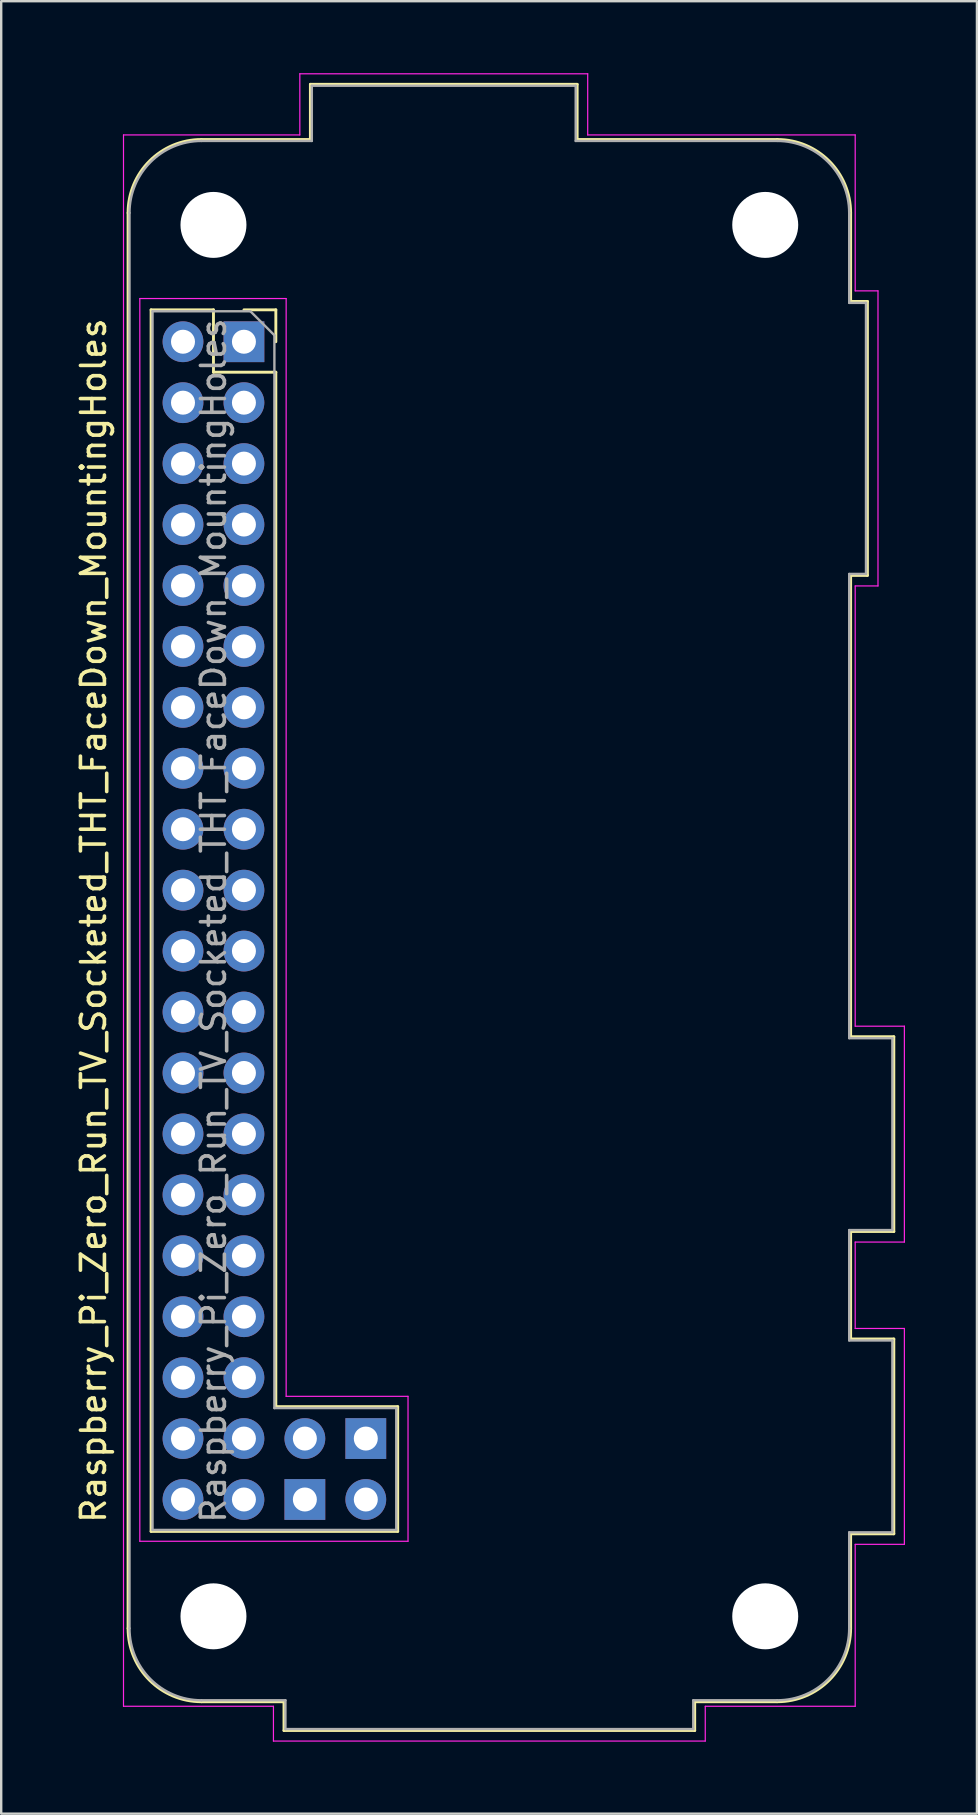
<source format=kicad_pcb>
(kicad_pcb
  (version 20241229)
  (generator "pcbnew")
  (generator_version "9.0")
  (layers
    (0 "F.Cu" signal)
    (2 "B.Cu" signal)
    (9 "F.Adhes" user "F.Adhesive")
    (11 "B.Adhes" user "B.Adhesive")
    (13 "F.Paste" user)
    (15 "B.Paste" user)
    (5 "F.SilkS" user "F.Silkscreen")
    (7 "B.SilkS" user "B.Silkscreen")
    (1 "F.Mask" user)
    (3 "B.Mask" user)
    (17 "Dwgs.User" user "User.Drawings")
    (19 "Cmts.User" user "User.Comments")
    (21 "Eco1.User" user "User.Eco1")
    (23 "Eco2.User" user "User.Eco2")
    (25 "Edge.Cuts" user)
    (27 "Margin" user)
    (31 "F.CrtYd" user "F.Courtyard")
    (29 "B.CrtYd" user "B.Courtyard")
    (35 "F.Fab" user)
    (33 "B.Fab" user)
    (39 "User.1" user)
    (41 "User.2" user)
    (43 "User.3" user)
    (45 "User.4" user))
  (footprint "Raspberry_Pi_Zero_Run_TV_Socketed_THT_FaceDown_MountingHoles"
    (layer "F.Cu")
    (at 7.118 11.195)
    (property "Reference" "Raspberry_Pi_Zero_Run_TV_Socketed_THT_FaceDown_MountingHoles" (at -6.27 24.13 90) (layer "F.SilkS") (effects (font (size 1 1) (thickness 0.15))))
    (attr through_hole)
    (fp_line (start -4.83 53.63) (end -4.83 -5.37) (stroke (width 0.12) (type solid)) (layer "F.SilkS"))
    (fp_line (start -3.87 -1.33) (end -3.87 49.59) (stroke (width 0.12) (type solid)) (layer "F.SilkS"))
    (fp_line (start -3.87 -1.33) (end -1.27 -1.33) (stroke (width 0.12) (type solid)) (layer "F.SilkS"))
    (fp_line (start -3.87 49.59) (end 6.41 49.59) (stroke (width 0.12) (type solid)) (layer "F.SilkS"))
    (fp_line (start -1.77 -8.43) (end 2.77 -8.43) (stroke (width 0.12) (type solid)) (layer "F.SilkS"))
    (fp_line (start -1.27 -1.33) (end -1.27 1.27) (stroke (width 0.12) (type solid)) (layer "F.SilkS"))
    (fp_line (start -1.27 1.27) (end 1.33 1.27) (stroke (width 0.12) (type solid)) (layer "F.SilkS"))
    (fp_line (start 0 -1.33) (end 1.33 -1.33) (stroke (width 0.12) (type solid)) (layer "F.SilkS"))
    (fp_line (start 1.33 -1.33) (end 1.33 0) (stroke (width 0.12) (type solid)) (layer "F.SilkS"))
    (fp_line (start 1.33 1.27) (end 1.33 44.39) (stroke (width 0.12) (type solid)) (layer "F.SilkS"))
    (fp_line (start 1.67 56.69) (end -1.77 56.69) (stroke (width 0.12) (type solid)) (layer "F.SilkS"))
    (fp_line (start 1.67 56.69) (end 1.67 57.89) (stroke (width 0.12) (type solid)) (layer "F.SilkS"))
    (fp_line (start 1.67 57.89) (end 18.79 57.89) (stroke (width 0.12) (type solid)) (layer "F.SilkS"))
    (fp_line (start 2.77 -8.43) (end 2.77 -10.73) (stroke (width 0.12) (type solid)) (layer "F.SilkS"))
    (fp_line (start 6.41 44.39) (end 1.33 44.39) (stroke (width 0.12) (type solid)) (layer "F.SilkS"))
    (fp_line (start 6.41 49.59) (end 6.41 44.39) (stroke (width 0.12) (type solid)) (layer "F.SilkS"))
    (fp_line (start 13.89 -10.73) (end 2.77 -10.73) (stroke (width 0.12) (type solid)) (layer "F.SilkS"))
    (fp_line (start 13.89 -8.43) (end 13.89 -10.73) (stroke (width 0.12) (type solid)) (layer "F.SilkS"))
    (fp_line (start 18.79 56.69) (end 22.23 56.69) (stroke (width 0.12) (type solid)) (layer "F.SilkS"))
    (fp_line (start 18.79 57.89) (end 18.79 56.69) (stroke (width 0.12) (type solid)) (layer "F.SilkS"))
    (fp_line (start 22.23 -8.43) (end 13.89 -8.43) (stroke (width 0.12) (type solid)) (layer "F.SilkS"))
    (fp_line (start 25.29 -1.68) (end 25.29 -5.37) (stroke (width 0.12) (type solid)) (layer "F.SilkS"))
    (fp_line (start 25.29 9.74) (end 25.99 9.74) (stroke (width 0.12) (type solid)) (layer "F.SilkS"))
    (fp_line (start 25.29 28.97) (end 25.29 9.74) (stroke (width 0.12) (type solid)) (layer "F.SilkS"))
    (fp_line (start 25.29 37.09) (end 27.09 37.09) (stroke (width 0.12) (type solid)) (layer "F.SilkS"))
    (fp_line (start 25.29 41.57) (end 25.29 37.09) (stroke (width 0.12) (type solid)) (layer "F.SilkS"))
    (fp_line (start 25.29 49.69) (end 27.09 49.69) (stroke (width 0.12) (type solid)) (layer "F.SilkS"))
    (fp_line (start 25.29 53.63) (end 25.29 49.69) (stroke (width 0.12) (type solid)) (layer "F.SilkS"))
    (fp_line (start 25.99 -1.68) (end 25.29 -1.68) (stroke (width 0.12) (type solid)) (layer "F.SilkS"))
    (fp_line (start 25.99 9.74) (end 25.99 -1.68) (stroke (width 0.12) (type solid)) (layer "F.SilkS"))
    (fp_line (start 27.09 28.97) (end 25.29 28.97) (stroke (width 0.12) (type solid)) (layer "F.SilkS"))
    (fp_line (start 27.09 37.09) (end 27.09 28.97) (stroke (width 0.12) (type solid)) (layer "F.SilkS"))
    (fp_line (start 27.09 41.57) (end 25.29 41.57) (stroke (width 0.12) (type solid)) (layer "F.SilkS"))
    (fp_line (start 27.09 49.69) (end 27.09 41.57) (stroke (width 0.12) (type solid)) (layer "F.SilkS"))
    (fp_arc (start -4.83 -5.37) (mid -3.933747 -7.533747) (end -1.77 -8.43) (stroke (width 0.12) (type solid)) (layer "F.SilkS"))
    (fp_arc (start -1.77 56.69) (mid -3.933747 55.793747) (end -4.83 53.63) (stroke (width 0.12) (type solid)) (layer "F.SilkS"))
    (fp_arc (start 22.23 -8.43) (mid 24.393747 -7.533747) (end 25.29 -5.37) (stroke (width 0.12) (type solid)) (layer "F.SilkS"))
    (fp_arc (start 25.29 53.63) (mid 24.393747 55.793747) (end 22.23 56.69) (stroke (width 0.12) (type solid)) (layer "F.SilkS"))
    (fp_line (start -5.02 -8.62) (end 2.33 -8.62) (stroke (width 0.05) (type solid)) (layer "F.CrtYd"))
    (fp_line (start -5.02 56.88) (end -5.02 -8.62) (stroke (width 0.05) (type solid)) (layer "F.CrtYd"))
    (fp_line (start -5.02 56.88) (end 1.23 56.88) (stroke (width 0.05) (type solid)) (layer "F.CrtYd"))
    (fp_line (start -4.34 -1.8) (end 1.76 -1.8) (stroke (width 0.05) (type solid)) (layer "F.CrtYd"))
    (fp_line (start -4.34 50) (end -4.34 -1.8) (stroke (width 0.05) (type solid)) (layer "F.CrtYd"))
    (fp_line (start 1.23 58.33) (end 1.23 56.88) (stroke (width 0.05) (type solid)) (layer "F.CrtYd"))
    (fp_line (start 1.76 -1.8) (end 1.76 43.96) (stroke (width 0.05) (type solid)) (layer "F.CrtYd"))
    (fp_line (start 1.76 43.96) (end 6.84 43.96) (stroke (width 0.05) (type solid)) (layer "F.CrtYd"))
    (fp_line (start 2.33 -8.62) (end 2.33 -11.17) (stroke (width 0.05) (type solid)) (layer "F.CrtYd"))
    (fp_line (start 6.84 43.96) (end 6.84 50) (stroke (width 0.05) (type solid)) (layer "F.CrtYd"))
    (fp_line (start 6.84 50) (end -4.34 50) (stroke (width 0.05) (type solid)) (layer "F.CrtYd"))
    (fp_line (start 14.33 -11.17) (end 2.33 -11.17) (stroke (width 0.05) (type solid)) (layer "F.CrtYd"))
    (fp_line (start 14.33 -8.62) (end 14.33 -11.17) (stroke (width 0.05) (type solid)) (layer "F.CrtYd"))
    (fp_line (start 19.23 56.88) (end 25.48 56.88) (stroke (width 0.05) (type solid)) (layer "F.CrtYd"))
    (fp_line (start 19.23 58.33) (end 1.23 58.33) (stroke (width 0.05) (type solid)) (layer "F.CrtYd"))
    (fp_line (start 19.23 58.33) (end 19.23 56.88) (stroke (width 0.05) (type solid)) (layer "F.CrtYd"))
    (fp_line (start 25.48 -8.62) (end 14.33 -8.62) (stroke (width 0.05) (type solid)) (layer "F.CrtYd"))
    (fp_line (start 25.48 -2.12) (end 25.48 -8.62) (stroke (width 0.05) (type solid)) (layer "F.CrtYd"))
    (fp_line (start 25.48 28.53) (end 25.48 10.18) (stroke (width 0.05) (type solid)) (layer "F.CrtYd"))
    (fp_line (start 25.48 37.53) (end 25.48 41.13) (stroke (width 0.05) (type solid)) (layer "F.CrtYd"))
    (fp_line (start 25.48 50.13) (end 25.48 56.88) (stroke (width 0.05) (type solid)) (layer "F.CrtYd"))
    (fp_line (start 26.43 -2.12) (end 25.48 -2.12) (stroke (width 0.05) (type solid)) (layer "F.CrtYd"))
    (fp_line (start 26.43 -2.12) (end 26.43 10.18) (stroke (width 0.05) (type solid)) (layer "F.CrtYd"))
    (fp_line (start 26.43 10.18) (end 25.48 10.18) (stroke (width 0.05) (type solid)) (layer "F.CrtYd"))
    (fp_line (start 27.53 28.53) (end 25.48 28.53) (stroke (width 0.05) (type solid)) (layer "F.CrtYd"))
    (fp_line (start 27.53 37.53) (end 25.48 37.53) (stroke (width 0.05) (type solid)) (layer "F.CrtYd"))
    (fp_line (start 27.53 37.53) (end 27.53 28.53) (stroke (width 0.05) (type solid)) (layer "F.CrtYd"))
    (fp_line (start 27.53 41.13) (end 25.48 41.13) (stroke (width 0.05) (type solid)) (layer "F.CrtYd"))
    (fp_line (start 27.53 50.13) (end 25.48 50.13) (stroke (width 0.05) (type solid)) (layer "F.CrtYd"))
    (fp_line (start 27.53 50.13) (end 27.53 41.13) (stroke (width 0.05) (type solid)) (layer "F.CrtYd"))
    (fp_line (start -4.77 53.63) (end -4.77 -5.37) (stroke (width 0.1) (type solid)) (layer "F.Fab"))
    (fp_line (start -3.81 -1.27) (end 0.27 -1.27) (stroke (width 0.1) (type solid)) (layer "F.Fab"))
    (fp_line (start -3.81 49.53) (end -3.81 -1.27) (stroke (width 0.1) (type solid)) (layer "F.Fab"))
    (fp_line (start -1.77 -8.37) (end 2.83 -8.37) (stroke (width 0.1) (type solid)) (layer "F.Fab"))
    (fp_line (start -1.77 56.63) (end 1.73 56.63) (stroke (width 0.1) (type solid)) (layer "F.Fab"))
    (fp_line (start 0.27 -1.27) (end 1.27 -0.27) (stroke (width 0.1) (type solid)) (layer "F.Fab"))
    (fp_line (start 1.27 -0.27) (end 1.27 44.45) (stroke (width 0.1) (type solid)) (layer "F.Fab"))
    (fp_line (start 1.27 44.45) (end 6.35 44.45) (stroke (width 0.1) (type solid)) (layer "F.Fab"))
    (fp_line (start 1.73 56.63) (end 1.73 57.83) (stroke (width 0.1) (type solid)) (layer "F.Fab"))
    (fp_line (start 1.73 57.83) (end 18.73 57.83) (stroke (width 0.1) (type solid)) (layer "F.Fab"))
    (fp_line (start 2.83 -8.37) (end 2.83 -10.67) (stroke (width 0.1) (type solid)) (layer "F.Fab"))
    (fp_line (start 6.35 44.45) (end 6.35 49.53) (stroke (width 0.1) (type solid)) (layer "F.Fab"))
    (fp_line (start 6.35 49.53) (end -3.81 49.53) (stroke (width 0.1) (type solid)) (layer "F.Fab"))
    (fp_line (start 13.83 -10.67) (end 2.83 -10.67) (stroke (width 0.1) (type solid)) (layer "F.Fab"))
    (fp_line (start 13.83 -10.67) (end 13.83 -8.37) (stroke (width 0.1) (type solid)) (layer "F.Fab"))
    (fp_line (start 13.83 -8.37) (end 22.23 -8.37) (stroke (width 0.1) (type solid)) (layer "F.Fab"))
    (fp_line (start 18.73 56.63) (end 18.73 57.83) (stroke (width 0.1) (type solid)) (layer "F.Fab"))
    (fp_line (start 22.23 56.63) (end 18.73 56.63) (stroke (width 0.1) (type solid)) (layer "F.Fab"))
    (fp_line (start 25.23 -1.62) (end 25.23 -5.37) (stroke (width 0.1) (type solid)) (layer "F.Fab"))
    (fp_line (start 25.23 -1.62) (end 25.93 -1.62) (stroke (width 0.1) (type solid)) (layer "F.Fab"))
    (fp_line (start 25.23 9.68) (end 25.93 9.68) (stroke (width 0.1) (type solid)) (layer "F.Fab"))
    (fp_line (start 25.23 29.03) (end 25.23 9.68) (stroke (width 0.1) (type solid)) (layer "F.Fab"))
    (fp_line (start 25.23 37.03) (end 27.03 37.03) (stroke (width 0.1) (type solid)) (layer "F.Fab"))
    (fp_line (start 25.23 41.63) (end 25.23 37.03) (stroke (width 0.1) (type solid)) (layer "F.Fab"))
    (fp_line (start 25.23 49.63) (end 25.23 53.63) (stroke (width 0.1) (type solid)) (layer "F.Fab"))
    (fp_line (start 25.23 49.63) (end 27.03 49.63) (stroke (width 0.1) (type solid)) (layer "F.Fab"))
    (fp_line (start 25.93 9.68) (end 25.93 -1.62) (stroke (width 0.1) (type solid)) (layer "F.Fab"))
    (fp_line (start 27.03 29.03) (end 25.23 29.03) (stroke (width 0.1) (type solid)) (layer "F.Fab"))
    (fp_line (start 27.03 37.03) (end 27.03 29.03) (stroke (width 0.1) (type solid)) (layer "F.Fab"))
    (fp_line (start 27.03 41.63) (end 25.23 41.63) (stroke (width 0.1) (type solid)) (layer "F.Fab"))
    (fp_line (start 27.03 49.63) (end 27.03 41.63) (stroke (width 0.1) (type solid)) (layer "F.Fab"))
    (fp_arc (start -4.77 -5.37) (mid -3.89132 -7.49132) (end -1.77 -8.37) (stroke (width 0.1) (type solid)) (layer "F.Fab"))
    (fp_arc (start -1.77 56.63) (mid -3.89132 55.75132) (end -4.77 53.63) (stroke (width 0.1) (type solid)) (layer "F.Fab"))
    (fp_arc (start 22.23 -8.37) (mid 24.35132 -7.49132) (end 25.23 -5.37) (stroke (width 0.1) (type solid)) (layer "F.Fab"))
    (fp_arc (start 25.23 53.63) (mid 24.35132 55.75132) (end 22.23 56.63) (stroke (width 0.1) (type solid)) (layer "F.Fab"))
    (fp_text user "${REFERENCE}" (at -1.27 24.13 90) (layer "F.Fab") (effects (font (size 1 1) (thickness 0.15))))
    (pad "" np_thru_hole circle (at -1.27 -4.87 90) (size 2.75 2.75) (drill 2.75) (layers "*.Cu" "*.Mask"))
    (pad "" np_thru_hole circle (at -1.27 53.13 90) (size 2.75 2.75) (drill 2.75) (layers "*.Cu" "*.Mask"))
    (pad "" np_thru_hole circle (at 21.73 -4.87 90) (size 2.75 2.75) (drill 2.75) (layers "*.Cu" "*.Mask"))
    (pad "" np_thru_hole circle (at 21.73 53.13 90) (size 2.75 2.75) (drill 2.75) (layers "*.Cu" "*.Mask"))
    (pad "1" thru_hole rect (at 0 0) (size 1.7 1.7) (drill 1) (layers "*.Cu" "*.Mask"))
    (pad "2" thru_hole oval (at -2.54 0) (size 1.7 1.7) (drill 1) (layers "*.Cu" "*.Mask"))
    (pad "3" thru_hole oval (at 0 2.54) (size 1.7 1.7) (drill 1) (layers "*.Cu" "*.Mask"))
    (pad "4" thru_hole oval (at -2.54 2.54) (size 1.7 1.7) (drill 1) (layers "*.Cu" "*.Mask"))
    (pad "5" thru_hole oval (at 0 5.08) (size 1.7 1.7) (drill 1) (layers "*.Cu" "*.Mask"))
    (pad "6" thru_hole oval (at -2.54 5.08) (size 1.7 1.7) (drill 1) (layers "*.Cu" "*.Mask"))
    (pad "7" thru_hole oval (at 0 7.62) (size 1.7 1.7) (drill 1) (layers "*.Cu" "*.Mask"))
    (pad "8" thru_hole oval (at -2.54 7.62) (size 1.7 1.7) (drill 1) (layers "*.Cu" "*.Mask"))
    (pad "9" thru_hole oval (at 0 10.16) (size 1.7 1.7) (drill 1) (layers "*.Cu" "*.Mask"))
    (pad "10" thru_hole oval (at -2.54 10.16) (size 1.7 1.7) (drill 1) (layers "*.Cu" "*.Mask"))
    (pad "11" thru_hole oval (at 0 12.7) (size 1.7 1.7) (drill 1) (layers "*.Cu" "*.Mask"))
    (pad "12" thru_hole oval (at -2.54 12.7) (size 1.7 1.7) (drill 1) (layers "*.Cu" "*.Mask"))
    (pad "13" thru_hole oval (at 0 15.24) (size 1.7 1.7) (drill 1) (layers "*.Cu" "*.Mask"))
    (pad "14" thru_hole oval (at -2.54 15.24) (size 1.7 1.7) (drill 1) (layers "*.Cu" "*.Mask"))
    (pad "15" thru_hole oval (at 0 17.78) (size 1.7 1.7) (drill 1) (layers "*.Cu" "*.Mask"))
    (pad "16" thru_hole oval (at -2.54 17.78) (size 1.7 1.7) (drill 1) (layers "*.Cu" "*.Mask"))
    (pad "17" thru_hole oval (at 0 20.32) (size 1.7 1.7) (drill 1) (layers "*.Cu" "*.Mask"))
    (pad "18" thru_hole oval (at -2.54 20.32) (size 1.7 1.7) (drill 1) (layers "*.Cu" "*.Mask"))
    (pad "19" thru_hole oval (at 0 22.86) (size 1.7 1.7) (drill 1) (layers "*.Cu" "*.Mask"))
    (pad "20" thru_hole oval (at -2.54 22.86) (size 1.7 1.7) (drill 1) (layers "*.Cu" "*.Mask"))
    (pad "21" thru_hole oval (at 0 25.4) (size 1.7 1.7) (drill 1) (layers "*.Cu" "*.Mask"))
    (pad "22" thru_hole oval (at -2.54 25.4) (size 1.7 1.7) (drill 1) (layers "*.Cu" "*.Mask"))
    (pad "23" thru_hole oval (at 0 27.94) (size 1.7 1.7) (drill 1) (layers "*.Cu" "*.Mask"))
    (pad "24" thru_hole oval (at -2.54 27.94) (size 1.7 1.7) (drill 1) (layers "*.Cu" "*.Mask"))
    (pad "25" thru_hole oval (at 0 30.48) (size 1.7 1.7) (drill 1) (layers "*.Cu" "*.Mask"))
    (pad "26" thru_hole oval (at -2.54 30.48) (size 1.7 1.7) (drill 1) (layers "*.Cu" "*.Mask"))
    (pad "27" thru_hole oval (at 0 33.02) (size 1.7 1.7) (drill 1) (layers "*.Cu" "*.Mask"))
    (pad "28" thru_hole oval (at -2.54 33.02) (size 1.7 1.7) (drill 1) (layers "*.Cu" "*.Mask"))
    (pad "29" thru_hole oval (at 0 35.56) (size 1.7 1.7) (drill 1) (layers "*.Cu" "*.Mask"))
    (pad "30" thru_hole oval (at -2.54 35.56) (size 1.7 1.7) (drill 1) (layers "*.Cu" "*.Mask"))
    (pad "31" thru_hole oval (at 0 38.1) (size 1.7 1.7) (drill 1) (layers "*.Cu" "*.Mask"))
    (pad "32" thru_hole oval (at -2.54 38.1) (size 1.7 1.7) (drill 1) (layers "*.Cu" "*.Mask"))
    (pad "33" thru_hole oval (at 0 40.64) (size 1.7 1.7) (drill 1) (layers "*.Cu" "*.Mask"))
    (pad "34" thru_hole oval (at -2.54 40.64) (size 1.7 1.7) (drill 1) (layers "*.Cu" "*.Mask"))
    (pad "35" thru_hole oval (at 0 43.18) (size 1.7 1.7) (drill 1) (layers "*.Cu" "*.Mask"))
    (pad "36" thru_hole oval (at -2.54 43.18) (size 1.7 1.7) (drill 1) (layers "*.Cu" "*.Mask"))
    (pad "37" thru_hole oval (at 0 45.72) (size 1.7 1.7) (drill 1) (layers "*.Cu" "*.Mask"))
    (pad "38" thru_hole oval (at -2.54 45.72) (size 1.7 1.7) (drill 1) (layers "*.Cu" "*.Mask"))
    (pad "39" thru_hole oval (at 0 48.26) (size 1.7 1.7) (drill 1) (layers "*.Cu" "*.Mask"))
    (pad "40" thru_hole oval (at -2.54 48.26) (size 1.7 1.7) (drill 1) (layers "*.Cu" "*.Mask"))
    (pad "41" thru_hole rect (at 2.54 48.26 180) (size 1.7 1.7) (drill 1) (layers "*.Cu" "*.Mask"))
    (pad "42" thru_hole oval (at 2.54 45.72 180) (size 1.7 1.7) (drill 1) (layers "*.Cu" "*.Mask"))
    (pad "43" thru_hole rect (at 5.08 45.72 180) (size 1.7 1.7) (drill 1) (layers "*.Cu" "*.Mask"))
    (pad "44" thru_hole oval (at 5.08 48.26 180) (size 1.7 1.7) (drill 1) (layers "*.Cu" "*.Mask")))
  (gr_rect
    (start -3 -3)
    (end 37.673 72.55)
    (stroke (width 0.1) (type default))
    (fill no)
    (layer "Edge.Cuts")))
</source>
